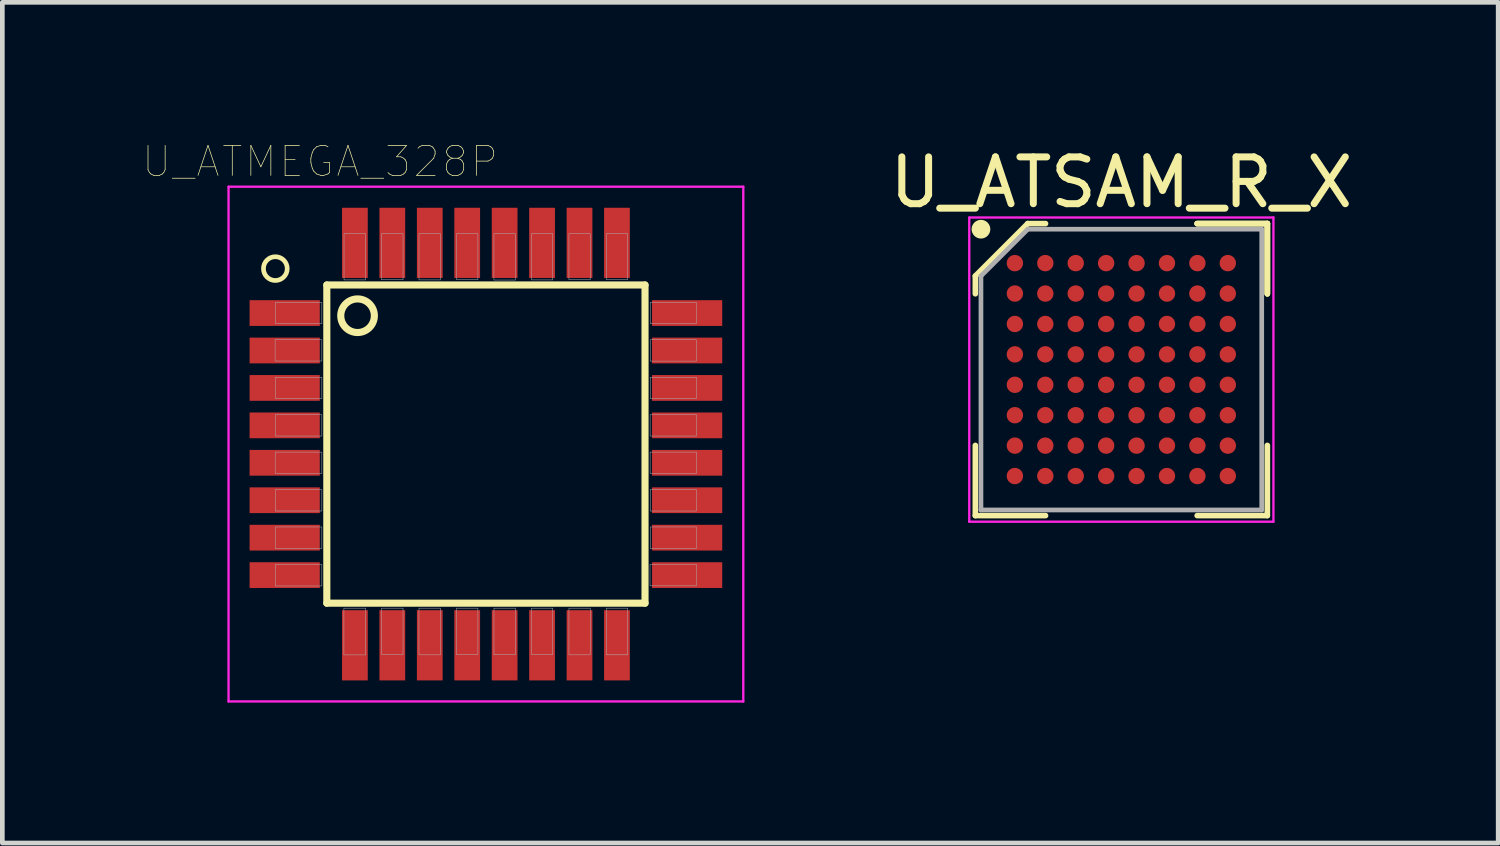
<source format=kicad_pcb>
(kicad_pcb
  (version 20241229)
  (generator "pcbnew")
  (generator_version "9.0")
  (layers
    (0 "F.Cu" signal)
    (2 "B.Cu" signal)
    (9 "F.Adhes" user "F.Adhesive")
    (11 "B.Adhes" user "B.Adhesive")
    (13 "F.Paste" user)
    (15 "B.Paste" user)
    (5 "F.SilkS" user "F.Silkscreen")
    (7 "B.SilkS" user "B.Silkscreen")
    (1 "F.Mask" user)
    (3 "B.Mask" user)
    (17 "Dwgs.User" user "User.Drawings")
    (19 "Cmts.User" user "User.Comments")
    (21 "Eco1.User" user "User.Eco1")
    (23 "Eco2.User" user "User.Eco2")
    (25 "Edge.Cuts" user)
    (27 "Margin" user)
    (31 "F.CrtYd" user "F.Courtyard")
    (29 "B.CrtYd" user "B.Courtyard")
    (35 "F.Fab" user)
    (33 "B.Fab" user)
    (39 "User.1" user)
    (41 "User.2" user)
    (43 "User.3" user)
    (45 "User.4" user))
  (footprint "U_ATSAM_R_X"
    (layer "F.Cu")
    (at 20.913 4.848)
    (property "Reference" "U_ATSAM_R_X" (at 0 -4 0) (layer "F.SilkS") (effects (font (size 1 1) (thickness 0.15))))
    (attr smd)
    (fp_line (start -3.12 -2) (end -3.12 -1.62) (stroke (width 0.12) (type solid)) (layer "F.SilkS"))
    (fp_line (start -3.12 3.12) (end -3.12 1.62) (stroke (width 0.12) (type solid)) (layer "F.SilkS"))
    (fp_line (start -2 -3.12) (end -3.12 -2) (stroke (width 0.12) (type solid)) (layer "F.SilkS"))
    (fp_line (start -1.62 -3.12) (end -2 -3.12) (stroke (width 0.12) (type solid)) (layer "F.SilkS"))
    (fp_line (start -1.62 3.12) (end -3.12 3.12) (stroke (width 0.12) (type solid)) (layer "F.SilkS"))
    (fp_line (start 1.62 -3.12) (end 3.12 -3.12) (stroke (width 0.12) (type solid)) (layer "F.SilkS"))
    (fp_line (start 1.62 -3.12) (end 3.12 -3.12) (stroke (width 0.12) (type solid)) (layer "F.SilkS"))
    (fp_line (start 1.62 -3.12) (end 3.12 -3.12) (stroke (width 0.12) (type solid)) (layer "F.SilkS"))
    (fp_line (start 1.62 3.12) (end 3.12 3.12) (stroke (width 0.12) (type solid)) (layer "F.SilkS"))
    (fp_line (start 3.12 -3.12) (end 3.12 -1.62) (stroke (width 0.12) (type solid)) (layer "F.SilkS"))
    (fp_line (start 3.12 -3.12) (end 3.12 -1.62) (stroke (width 0.12) (type solid)) (layer "F.SilkS"))
    (fp_line (start 3.12 -3.12) (end 3.12 -1.62) (stroke (width 0.12) (type solid)) (layer "F.SilkS"))
    (fp_line (start 3.12 3.12) (end 3.12 1.62) (stroke (width 0.12) (type solid)) (layer "F.SilkS"))
    (fp_circle (center -3 -3) (end -3 -2.9) (stroke (width 0.2) (type solid)) (fill no) (layer "F.SilkS"))
    (fp_line (start -3.25 -3.25) (end 3.25 -3.25) (stroke (width 0.05) (type solid)) (layer "F.CrtYd"))
    (fp_line (start -3.25 3.25) (end -3.25 -3.25) (stroke (width 0.05) (type solid)) (layer "F.CrtYd"))
    (fp_line (start 3.25 -3.25) (end 3.25 3.25) (stroke (width 0.05) (type solid)) (layer "F.CrtYd"))
    (fp_line (start 3.25 3.25) (end -3.25 3.25) (stroke (width 0.05) (type solid)) (layer "F.CrtYd"))
    (fp_line (start -3 -2) (end -3 3) (stroke (width 0.1) (type solid)) (layer "F.Fab"))
    (fp_line (start -3 3) (end 3 3) (stroke (width 0.1) (type solid)) (layer "F.Fab"))
    (fp_line (start -2 -3) (end -3 -2) (stroke (width 0.1) (type solid)) (layer "F.Fab"))
    (fp_line (start 3 -3) (end -2 -3) (stroke (width 0.1) (type solid)) (layer "F.Fab"))
    (fp_line (start 3 3) (end 3 -3) (stroke (width 0.1) (type solid)) (layer "F.Fab"))
    (pad "A1" smd circle (at -2.275 -2.275) (size 0.35 0.35) (layers "F.Cu" "F.Mask" "F.Paste"))
    (pad "A2" smd circle (at -1.625 -2.275) (size 0.35 0.35) (layers "F.Cu" "F.Mask" "F.Paste"))
    (pad "A3" smd circle (at -0.975 -2.275) (size 0.35 0.35) (layers "F.Cu" "F.Mask" "F.Paste"))
    (pad "A4" smd circle (at -0.325 -2.275) (size 0.35 0.35) (layers "F.Cu" "F.Mask" "F.Paste"))
    (pad "A5" smd circle (at 0.325 -2.275) (size 0.35 0.35) (layers "F.Cu" "F.Mask" "F.Paste"))
    (pad "A6" smd circle (at 0.975 -2.275) (size 0.35 0.35) (layers "F.Cu" "F.Mask" "F.Paste"))
    (pad "A7" smd circle (at 1.625 -2.275) (size 0.35 0.35) (layers "F.Cu" "F.Mask" "F.Paste"))
    (pad "A8" smd circle (at 2.275 -2.275) (size 0.35 0.35) (layers "F.Cu" "F.Mask" "F.Paste"))
    (pad "B1" smd circle (at -2.275 -1.625) (size 0.35 0.35) (layers "F.Cu" "F.Mask" "F.Paste"))
    (pad "B2" smd circle (at -1.625 -1.625) (size 0.35 0.35) (layers "F.Cu" "F.Mask" "F.Paste"))
    (pad "B3" smd circle (at -0.975 -1.625) (size 0.35 0.35) (layers "F.Cu" "F.Mask" "F.Paste"))
    (pad "B4" smd circle (at -0.325 -1.625) (size 0.35 0.35) (layers "F.Cu" "F.Mask" "F.Paste"))
    (pad "B5" smd circle (at 0.325 -1.625) (size 0.35 0.35) (layers "F.Cu" "F.Mask" "F.Paste"))
    (pad "B6" smd circle (at 0.975 -1.625) (size 0.35 0.35) (layers "F.Cu" "F.Mask" "F.Paste"))
    (pad "B7" smd circle (at 1.625 -1.625) (size 0.35 0.35) (layers "F.Cu" "F.Mask" "F.Paste"))
    (pad "B8" smd circle (at 2.275 -1.625) (size 0.35 0.35) (layers "F.Cu" "F.Mask" "F.Paste"))
    (pad "C1" smd circle (at -2.275 -0.975) (size 0.35 0.35) (layers "F.Cu" "F.Mask" "F.Paste"))
    (pad "C2" smd circle (at -1.625 -0.975) (size 0.35 0.35) (layers "F.Cu" "F.Mask" "F.Paste"))
    (pad "C3" smd circle (at -0.975 -0.975) (size 0.35 0.35) (layers "F.Cu" "F.Mask" "F.Paste"))
    (pad "C4" smd circle (at -0.325 -0.975) (size 0.35 0.35) (layers "F.Cu" "F.Mask" "F.Paste"))
    (pad "C5" smd circle (at 0.325 -0.975) (size 0.35 0.35) (layers "F.Cu" "F.Mask" "F.Paste"))
    (pad "C6" smd circle (at 0.975 -0.975) (size 0.35 0.35) (layers "F.Cu" "F.Mask" "F.Paste"))
    (pad "C7" smd circle (at 1.625 -0.975) (size 0.35 0.35) (layers "F.Cu" "F.Mask" "F.Paste"))
    (pad "C8" smd circle (at 2.275 -0.975) (size 0.35 0.35) (layers "F.Cu" "F.Mask" "F.Paste"))
    (pad "D1" smd circle (at -2.275 -0.325) (size 0.35 0.35) (layers "F.Cu" "F.Mask" "F.Paste"))
    (pad "D2" smd circle (at -1.625 -0.325) (size 0.35 0.35) (layers "F.Cu" "F.Mask" "F.Paste"))
    (pad "D3" smd circle (at -0.975 -0.325) (size 0.35 0.35) (layers "F.Cu" "F.Mask" "F.Paste"))
    (pad "D4" smd circle (at -0.325 -0.325) (size 0.35 0.35) (layers "F.Cu" "F.Mask" "F.Paste"))
    (pad "D5" smd circle (at 0.325 -0.325) (size 0.35 0.35) (layers "F.Cu" "F.Mask" "F.Paste"))
    (pad "D6" smd circle (at 0.975 -0.325) (size 0.35 0.35) (layers "F.Cu" "F.Mask" "F.Paste"))
    (pad "D7" smd circle (at 1.625 -0.325) (size 0.35 0.35) (layers "F.Cu" "F.Mask" "F.Paste"))
    (pad "D8" smd circle (at 2.275 -0.325) (size 0.35 0.35) (layers "F.Cu" "F.Mask" "F.Paste"))
    (pad "E1" smd circle (at -2.275 0.325) (size 0.35 0.35) (layers "F.Cu" "F.Mask" "F.Paste"))
    (pad "E2" smd circle (at -1.625 0.325) (size 0.35 0.35) (layers "F.Cu" "F.Mask" "F.Paste"))
    (pad "E3" smd circle (at -0.975 0.325) (size 0.35 0.35) (layers "F.Cu" "F.Mask" "F.Paste"))
    (pad "E4" smd circle (at -0.325 0.325) (size 0.35 0.35) (layers "F.Cu" "F.Mask" "F.Paste"))
    (pad "E5" smd circle (at 0.325 0.325) (size 0.35 0.35) (layers "F.Cu" "F.Mask" "F.Paste"))
    (pad "E6" smd circle (at 0.975 0.325) (size 0.35 0.35) (layers "F.Cu" "F.Mask" "F.Paste"))
    (pad "E7" smd circle (at 1.625 0.325) (size 0.35 0.35) (layers "F.Cu" "F.Mask" "F.Paste"))
    (pad "E8" smd circle (at 2.275 0.325) (size 0.35 0.35) (layers "F.Cu" "F.Mask" "F.Paste"))
    (pad "F1" smd circle (at -2.275 0.975) (size 0.35 0.35) (layers "F.Cu" "F.Mask" "F.Paste"))
    (pad "F2" smd circle (at -1.625 0.975) (size 0.35 0.35) (layers "F.Cu" "F.Mask" "F.Paste"))
    (pad "F3" smd circle (at -0.975 0.975) (size 0.35 0.35) (layers "F.Cu" "F.Mask" "F.Paste"))
    (pad "F4" smd circle (at -0.325 0.975) (size 0.35 0.35) (layers "F.Cu" "F.Mask" "F.Paste"))
    (pad "F5" smd circle (at 0.325 0.975) (size 0.35 0.35) (layers "F.Cu" "F.Mask" "F.Paste"))
    (pad "F6" smd circle (at 0.975 0.975) (size 0.35 0.35) (layers "F.Cu" "F.Mask" "F.Paste"))
    (pad "F7" smd circle (at 1.625 0.975) (size 0.35 0.35) (layers "F.Cu" "F.Mask" "F.Paste"))
    (pad "F8" smd circle (at 2.275 0.975) (size 0.35 0.35) (layers "F.Cu" "F.Mask" "F.Paste"))
    (pad "G1" smd circle (at -2.275 1.625) (size 0.35 0.35) (layers "F.Cu" "F.Mask" "F.Paste"))
    (pad "G2" smd circle (at -1.625 1.625) (size 0.35 0.35) (layers "F.Cu" "F.Mask" "F.Paste"))
    (pad "G3" smd circle (at -0.975 1.625) (size 0.35 0.35) (layers "F.Cu" "F.Mask" "F.Paste"))
    (pad "G4" smd circle (at -0.325 1.625) (size 0.35 0.35) (layers "F.Cu" "F.Mask" "F.Paste"))
    (pad "G5" smd circle (at 0.325 1.625) (size 0.35 0.35) (layers "F.Cu" "F.Mask" "F.Paste"))
    (pad "G6" smd circle (at 0.975 1.625) (size 0.35 0.35) (layers "F.Cu" "F.Mask" "F.Paste"))
    (pad "G7" smd circle (at 1.625 1.625) (size 0.35 0.35) (layers "F.Cu" "F.Mask" "F.Paste"))
    (pad "G8" smd circle (at 2.275 1.625) (size 0.35 0.35) (layers "F.Cu" "F.Mask" "F.Paste"))
    (pad "H1" smd circle (at -2.275 2.275) (size 0.35 0.35) (layers "F.Cu" "F.Mask" "F.Paste"))
    (pad "H2" smd circle (at -1.625 2.275) (size 0.35 0.35) (layers "F.Cu" "F.Mask" "F.Paste"))
    (pad "H3" smd circle (at -0.975 2.275) (size 0.35 0.35) (layers "F.Cu" "F.Mask" "F.Paste"))
    (pad "H4" smd circle (at -0.325 2.275) (size 0.35 0.35) (layers "F.Cu" "F.Mask" "F.Paste"))
    (pad "H5" smd circle (at 0.325 2.275) (size 0.35 0.35) (layers "F.Cu" "F.Mask" "F.Paste"))
    (pad "H6" smd circle (at 0.975 2.275) (size 0.35 0.35) (layers "F.Cu" "F.Mask" "F.Paste"))
    (pad "H7" smd circle (at 1.625 2.275) (size 0.35 0.35) (layers "F.Cu" "F.Mask" "F.Paste"))
    (pad "H8" smd circle (at 2.275 2.275) (size 0.35 0.35) (layers "F.Cu" "F.Mask" "F.Paste")))
  (footprint "U_ATMEGA_328P"
    (layer "F.Cu")
    (at 7.334 6.44)
    (property "Reference" "U_ATMEGA_328P" (at -3.543 -6.038 0) (layer "F.SilkS") (effects (font (size 0.641 0.641) (thickness 0.015))))
    (attr through_hole)
    (fp_line (start -3.4 -3.4) (end 3.4 -3.4) (stroke (width 0.152) (type solid)) (layer "F.SilkS"))
    (fp_line (start -3.4 3.4) (end -3.4 -3.4) (stroke (width 0.152) (type solid)) (layer "F.SilkS"))
    (fp_line (start 3.4 -3.4) (end 3.4 3.4) (stroke (width 0.152) (type solid)) (layer "F.SilkS"))
    (fp_line (start 3.4 3.4) (end -3.4 3.4) (stroke (width 0.152) (type solid)) (layer "F.SilkS"))
    (fp_circle (center -4.5 -3.75) (end -4.246 -3.75) (stroke (width 0.1) (type solid)) (fill no) (layer "F.SilkS"))
    (fp_circle (center -2.743 -2.743) (end -2.384 -2.743) (stroke (width 0.152) (type solid)) (fill no) (layer "F.SilkS"))
    (fp_line (start -5.5 -5.5) (end -5.5 5.5) (stroke (width 0.05) (type solid)) (layer "F.CrtYd"))
    (fp_line (start -5.5 5.5) (end 5.5 5.5) (stroke (width 0.05) (type solid)) (layer "F.CrtYd"))
    (fp_line (start 5.5 -5.5) (end -5.5 -5.5) (stroke (width 0.05) (type solid)) (layer "F.CrtYd"))
    (fp_line (start 5.5 5.5) (end 5.5 -5.5) (stroke (width 0.05) (type solid)) (layer "F.CrtYd"))
    (fp_poly (pts (xy -4.505 -2.229) (xy -3.506 -2.229) (xy -3.506 -1.775) (xy -4.505 -1.775)) (stroke (width 0.01) (type solid)) (fill no) (layer "F.Fab"))
    (fp_poly (pts (xy -4.503 0.171) (xy -3.506 0.171) (xy -3.506 0.629) (xy -4.503 0.629)) (stroke (width 0.01) (type solid)) (fill no) (layer "F.Fab"))
    (fp_poly (pts (xy -4.502 0.971) (xy -3.506 0.971) (xy -3.506 1.43) (xy -4.502 1.43)) (stroke (width 0.01) (type solid)) (fill no) (layer "F.Fab"))
    (fp_poly (pts (xy -4.501 1.771) (xy -3.506 1.771) (xy -3.506 2.231) (xy -4.501 2.231)) (stroke (width 0.01) (type solid)) (fill no) (layer "F.Fab"))
    (fp_poly (pts (xy -4.501 2.571) (xy -3.506 2.571) (xy -3.506 3.032) (xy -4.501 3.032)) (stroke (width 0.01) (type solid)) (fill no) (layer "F.Fab"))
    (fp_poly (pts (xy -4.5 -0.629) (xy -3.506 -0.629) (xy -3.506 -0.172) (xy -4.5 -0.172)) (stroke (width 0.01) (type solid)) (fill no) (layer "F.Fab"))
    (fp_poly (pts (xy -4.5 -1.429) (xy -3.506 -1.429) (xy -3.506 -0.972) (xy -4.5 -0.972)) (stroke (width 0.01) (type solid)) (fill no) (layer "F.Fab"))
    (fp_poly (pts (xy -4.497 -3.029) (xy -3.506 -3.029) (xy -3.506 -2.572) (xy -4.497 -2.572)) (stroke (width 0.01) (type solid)) (fill no) (layer "F.Fab"))
    (fp_poly (pts (xy -3.035 3.506) (xy -2.571 3.506) (xy -2.571 4.505) (xy -3.035 4.505)) (stroke (width 0.01) (type solid)) (fill no) (layer "F.Fab"))
    (fp_poly (pts (xy -3.032 -4.497) (xy -2.571 -4.497) (xy -2.571 -3.509) (xy -3.032 -3.509)) (stroke (width 0.01) (type solid)) (fill no) (layer "F.Fab"))
    (fp_poly (pts (xy -2.233 -4.497) (xy -1.771 -4.497) (xy -1.771 -3.512) (xy -2.233 -3.512)) (stroke (width 0.01) (type solid)) (fill no) (layer "F.Fab"))
    (fp_poly (pts (xy -2.23 3.506) (xy -1.771 3.506) (xy -1.771 4.5) (xy -2.23 4.5)) (stroke (width 0.01) (type solid)) (fill no) (layer "F.Fab"))
    (fp_poly (pts (xy -1.431 3.506) (xy -0.971 3.506) (xy -0.971 4.504) (xy -1.431 4.504)) (stroke (width 0.01) (type solid)) (fill no) (layer "F.Fab"))
    (fp_poly (pts (xy -1.43 -4.497) (xy -0.971 -4.497) (xy -0.971 -3.508) (xy -1.43 -3.508)) (stroke (width 0.01) (type solid)) (fill no) (layer "F.Fab"))
    (fp_poly (pts (xy -0.63 -4.497) (xy -0.171 -4.497) (xy -0.171 -3.513) (xy -0.63 -3.513)) (stroke (width 0.01) (type solid)) (fill no) (layer "F.Fab"))
    (fp_poly (pts (xy -0.629 3.506) (xy -0.171 3.506) (xy -0.171 4.498) (xy -0.629 4.498)) (stroke (width 0.01) (type solid)) (fill no) (layer "F.Fab"))
    (fp_poly (pts (xy 0.171 -4.497) (xy 0.629 -4.497) (xy 0.629 -3.506) (xy 0.171 -3.506)) (stroke (width 0.01) (type solid)) (fill no) (layer "F.Fab"))
    (fp_poly (pts (xy 0.172 3.506) (xy 0.629 3.506) (xy 0.629 4.502) (xy 0.172 4.502)) (stroke (width 0.01) (type solid)) (fill no) (layer "F.Fab"))
    (fp_poly (pts (xy 0.972 3.506) (xy 1.429 3.506) (xy 1.429 4.498) (xy 0.972 4.498)) (stroke (width 0.01) (type solid)) (fill no) (layer "F.Fab"))
    (fp_poly (pts (xy 0.972 -4.497) (xy 1.429 -4.497) (xy 1.429 -3.509) (xy 0.972 -3.509)) (stroke (width 0.01) (type solid)) (fill no) (layer "F.Fab"))
    (fp_poly (pts (xy 1.774 -4.497) (xy 2.229 -4.497) (xy 2.229 -3.511) (xy 1.774 -3.511)) (stroke (width 0.01) (type solid)) (fill no) (layer "F.Fab"))
    (fp_poly (pts (xy 1.774 3.506) (xy 2.229 3.506) (xy 2.229 4.504) (xy 1.774 4.504)) (stroke (width 0.01) (type solid)) (fill no) (layer "F.Fab"))
    (fp_poly (pts (xy 2.575 3.506) (xy 3.029 3.506) (xy 3.029 4.503) (xy 2.575 4.503)) (stroke (width 0.01) (type solid)) (fill no) (layer "F.Fab"))
    (fp_poly (pts (xy 2.576 -4.497) (xy 3.029 -4.497) (xy 3.029 -3.513) (xy 2.576 -3.513)) (stroke (width 0.01) (type solid)) (fill no) (layer "F.Fab"))
    (fp_poly (pts (xy 3.507 2.571) (xy 4.497 2.571) (xy 4.497 3.029) (xy 3.507 3.029)) (stroke (width 0.01) (type solid)) (fill no) (layer "F.Fab"))
    (fp_poly (pts (xy 3.509 -0.629) (xy 4.497 -0.629) (xy 4.497 -0.172) (xy 3.509 -0.172)) (stroke (width 0.01) (type solid)) (fill no) (layer "F.Fab"))
    (fp_poly (pts (xy 3.509 0.171) (xy 4.497 0.171) (xy 4.497 0.629) (xy 3.509 0.629)) (stroke (width 0.01) (type solid)) (fill no) (layer "F.Fab"))
    (fp_poly (pts (xy 3.511 -2.229) (xy 4.497 -2.229) (xy 4.497 -1.774) (xy 3.511 -1.774)) (stroke (width 0.01) (type solid)) (fill no) (layer "F.Fab"))
    (fp_poly (pts (xy 3.511 -1.429) (xy 4.497 -1.429) (xy 4.497 -0.973) (xy 3.511 -0.973)) (stroke (width 0.01) (type solid)) (fill no) (layer "F.Fab"))
    (fp_poly (pts (xy 3.511 0.971) (xy 4.497 0.971) (xy 4.497 1.431) (xy 3.511 1.431)) (stroke (width 0.01) (type solid)) (fill no) (layer "F.Fab"))
    (fp_poly (pts (xy 3.511 -3.029) (xy 4.497 -3.029) (xy 4.497 -2.575) (xy 3.511 -2.575)) (stroke (width 0.01) (type solid)) (fill no) (layer "F.Fab"))
    (fp_poly (pts (xy 3.513 1.771) (xy 4.497 1.771) (xy 4.497 2.233) (xy 3.513 2.233)) (stroke (width 0.01) (type solid)) (fill no) (layer "F.Fab"))
    (pad "1" smd rect (at -4.3 -2.8) (size 1.5 0.55) (layers "F.Cu" "F.Mask" "F.Paste"))
    (pad "2" smd rect (at -4.3 -2) (size 1.5 0.55) (layers "F.Cu" "F.Mask" "F.Paste"))
    (pad "3" smd rect (at -4.3 -1.2) (size 1.5 0.55) (layers "F.Cu" "F.Mask" "F.Paste"))
    (pad "4" smd rect (at -4.3 -0.4) (size 1.5 0.55) (layers "F.Cu" "F.Mask" "F.Paste"))
    (pad "5" smd rect (at -4.3 0.4) (size 1.5 0.55) (layers "F.Cu" "F.Mask" "F.Paste"))
    (pad "6" smd rect (at -4.3 1.2) (size 1.5 0.55) (layers "F.Cu" "F.Mask" "F.Paste"))
    (pad "7" smd rect (at -4.3 2) (size 1.5 0.55) (layers "F.Cu" "F.Mask" "F.Paste"))
    (pad "8" smd rect (at -4.3 2.8) (size 1.5 0.55) (layers "F.Cu" "F.Mask" "F.Paste"))
    (pad "9" smd rect (at -2.8 4.3) (size 0.55 1.5) (layers "F.Cu" "F.Mask" "F.Paste"))
    (pad "10" smd rect (at -2 4.3) (size 0.55 1.5) (layers "F.Cu" "F.Mask" "F.Paste"))
    (pad "11" smd rect (at -1.2 4.3) (size 0.55 1.5) (layers "F.Cu" "F.Mask" "F.Paste"))
    (pad "12" smd rect (at -0.4 4.3) (size 0.55 1.5) (layers "F.Cu" "F.Mask" "F.Paste"))
    (pad "13" smd rect (at 0.4 4.3) (size 0.55 1.5) (layers "F.Cu" "F.Mask" "F.Paste"))
    (pad "14" smd rect (at 1.2 4.3) (size 0.55 1.5) (layers "F.Cu" "F.Mask" "F.Paste"))
    (pad "15" smd rect (at 2 4.3) (size 0.55 1.5) (layers "F.Cu" "F.Mask" "F.Paste"))
    (pad "16" smd rect (at 2.8 4.3) (size 0.55 1.5) (layers "F.Cu" "F.Mask" "F.Paste"))
    (pad "17" smd rect (at 4.3 2.8) (size 1.5 0.55) (layers "F.Cu" "F.Mask" "F.Paste"))
    (pad "18" smd rect (at 4.3 2) (size 1.5 0.55) (layers "F.Cu" "F.Mask" "F.Paste"))
    (pad "19" smd rect (at 4.3 1.2) (size 1.5 0.55) (layers "F.Cu" "F.Mask" "F.Paste"))
    (pad "20" smd rect (at 4.3 0.4) (size 1.5 0.55) (layers "F.Cu" "F.Mask" "F.Paste"))
    (pad "21" smd rect (at 4.3 -0.4) (size 1.5 0.55) (layers "F.Cu" "F.Mask" "F.Paste"))
    (pad "22" smd rect (at 4.3 -1.2) (size 1.5 0.55) (layers "F.Cu" "F.Mask" "F.Paste"))
    (pad "23" smd rect (at 4.3 -2) (size 1.5 0.55) (layers "F.Cu" "F.Mask" "F.Paste"))
    (pad "24" smd rect (at 4.3 -2.8) (size 1.5 0.55) (layers "F.Cu" "F.Mask" "F.Paste"))
    (pad "25" smd rect (at 2.8 -4.3) (size 0.55 1.5) (layers "F.Cu" "F.Mask" "F.Paste"))
    (pad "26" smd rect (at 2 -4.3) (size 0.55 1.5) (layers "F.Cu" "F.Mask" "F.Paste"))
    (pad "27" smd rect (at 1.2 -4.3) (size 0.55 1.5) (layers "F.Cu" "F.Mask" "F.Paste"))
    (pad "28" smd rect (at 0.4 -4.3) (size 0.55 1.5) (layers "F.Cu" "F.Mask" "F.Paste"))
    (pad "29" smd rect (at -0.4 -4.3) (size 0.55 1.5) (layers "F.Cu" "F.Mask" "F.Paste"))
    (pad "30" smd rect (at -1.2 -4.3) (size 0.55 1.5) (layers "F.Cu" "F.Mask" "F.Paste"))
    (pad "31" smd rect (at -2 -4.3) (size 0.55 1.5) (layers "F.Cu" "F.Mask" "F.Paste"))
    (pad "32" smd rect (at -2.8 -4.3) (size 0.55 1.5) (layers "F.Cu" "F.Mask" "F.Paste")))
  (gr_rect
    (start -3 -3)
    (end 28.966 14.965)
    (stroke (width 0.1) (type default))
    (fill no)
    (layer "Edge.Cuts")))
</source>
